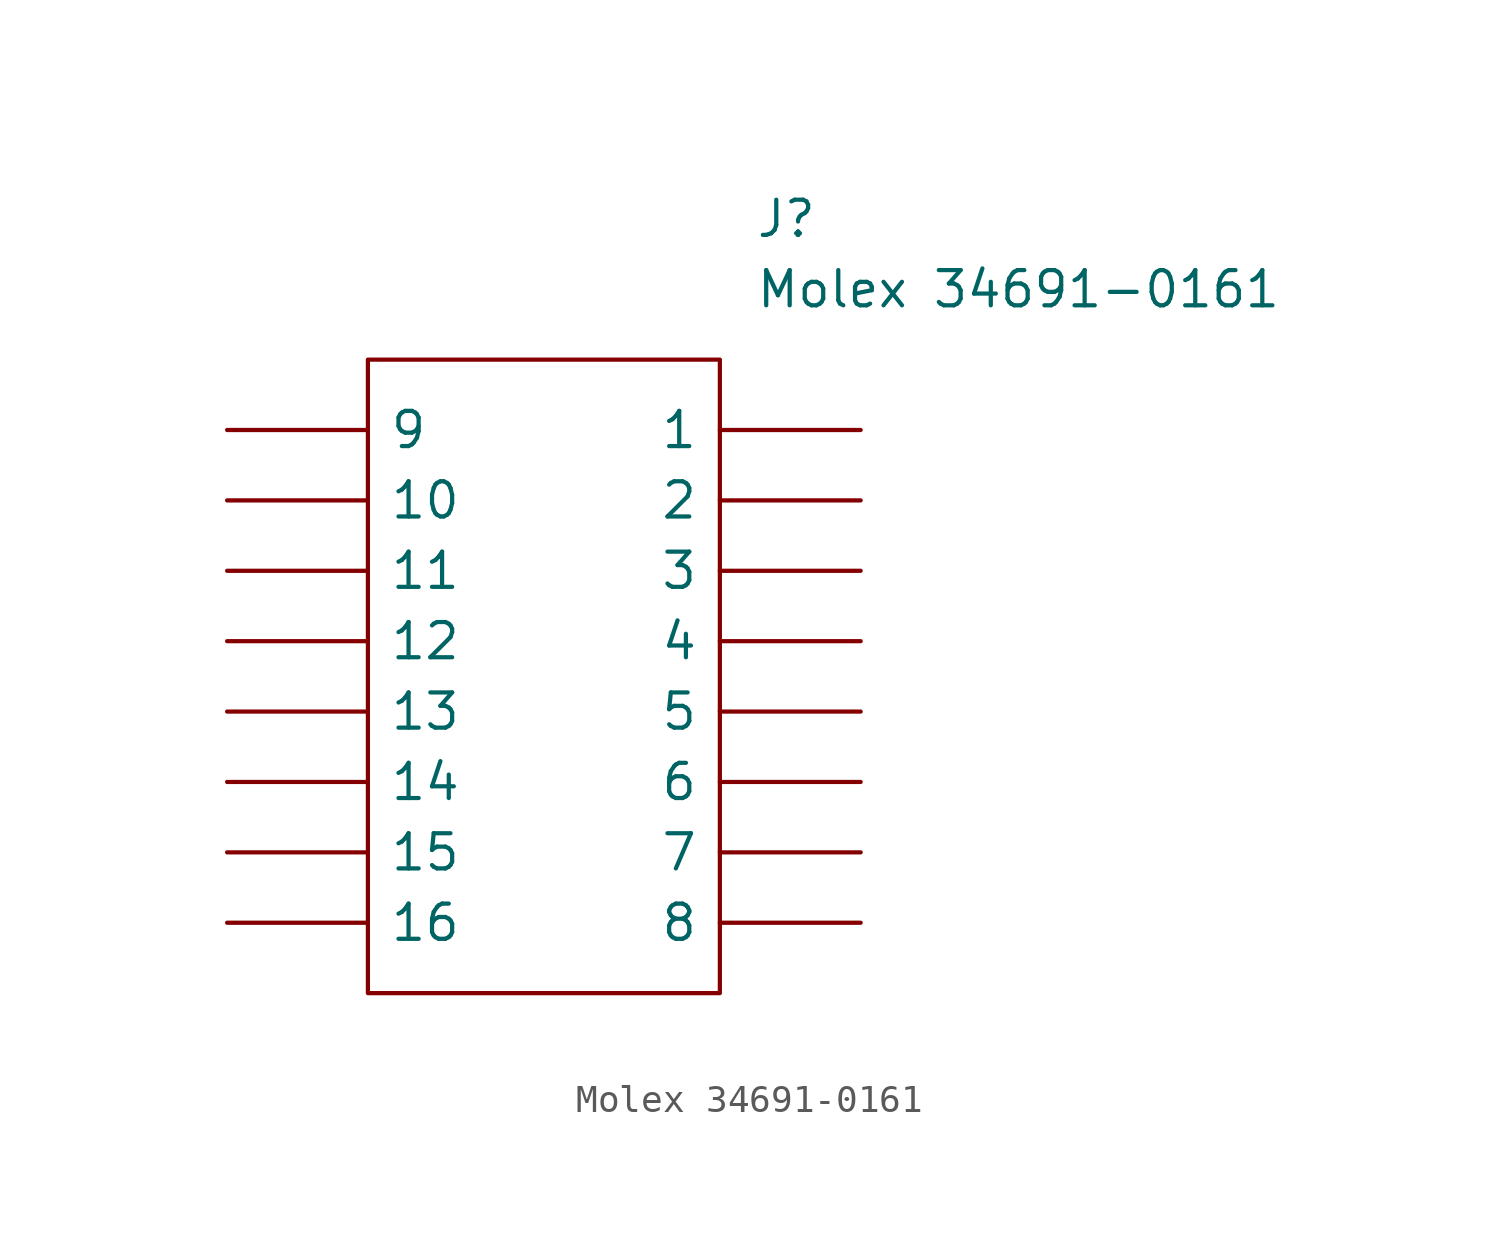
<source format=kicad_sym>
(kicad_symbol_lib
  (version 20211014)
  (generator kicad_symbol_editor)
  (symbol "Molex 34691-0161"
    (pin_numbers hide)
    (pin_names
      (offset 0.762))
    (property "Reference" "J"
      (at 19.05 7.62 0)
      (effects (font (size 1.27 1.27)) (justify left)))
    (property "Value" "Molex 34691-0161"
      (at 19.05 5.08 0)
      (effects (font (size 1.27 1.27)) (justify left)))
    (symbol "Molex 34691-0161_0_0"
      (pin passive line (at 22.86 0 180) (length 5.08) (name "1" (effects (font (size 1.27 1.27)))) (number "1" (effects (font (size 1.27 1.27)))))
      (pin passive line (at 0 -2.54 0) (length 5.08) (name "10" (effects (font (size 1.27 1.27)))) (number "10" (effects (font (size 1.27 1.27)))))
      (pin passive line (at 0 -5.08 0) (length 5.08) (name "11" (effects (font (size 1.27 1.27)))) (number "11" (effects (font (size 1.27 1.27)))))
      (pin passive line (at 0 -7.62 0) (length 5.08) (name "12" (effects (font (size 1.27 1.27)))) (number "12" (effects (font (size 1.27 1.27)))))
      (pin passive line (at 0 -10.16 0) (length 5.08) (name "13" (effects (font (size 1.27 1.27)))) (number "13" (effects (font (size 1.27 1.27)))))
      (pin passive line (at 0 -12.7 0) (length 5.08) (name "14" (effects (font (size 1.27 1.27)))) (number "14" (effects (font (size 1.27 1.27)))))
      (pin passive line (at 0 -15.24 0) (length 5.08) (name "15" (effects (font (size 1.27 1.27)))) (number "15" (effects (font (size 1.27 1.27)))))
      (pin passive line (at 0 -17.78 0) (length 5.08) (name "16" (effects (font (size 1.27 1.27)))) (number "16" (effects (font (size 1.27 1.27)))))
      (pin passive line (at 22.86 -2.54 180) (length 5.08) (name "2" (effects (font (size 1.27 1.27)))) (number "2" (effects (font (size 1.27 1.27)))))
      (pin passive line (at 22.86 -5.08 180) (length 5.08) (name "3" (effects (font (size 1.27 1.27)))) (number "3" (effects (font (size 1.27 1.27)))))
      (pin passive line (at 22.86 -7.62 180) (length 5.08) (name "4" (effects (font (size 1.27 1.27)))) (number "4" (effects (font (size 1.27 1.27)))))
      (pin passive line (at 22.86 -10.16 180) (length 5.08) (name "5" (effects (font (size 1.27 1.27)))) (number "5" (effects (font (size 1.27 1.27)))))
      (pin passive line (at 22.86 -12.7 180) (length 5.08) (name "6" (effects (font (size 1.27 1.27)))) (number "6" (effects (font (size 1.27 1.27)))))
      (pin passive line (at 22.86 -15.24 180) (length 5.08) (name "7" (effects (font (size 1.27 1.27)))) (number "7" (effects (font (size 1.27 1.27)))))
      (pin passive line (at 22.86 -17.78 180) (length 5.08) (name "8" (effects (font (size 1.27 1.27)))) (number "8" (effects (font (size 1.27 1.27)))))
      (pin passive line (at 0 0 0) (length 5.08) (name "9" (effects (font (size 1.27 1.27)))) (number "9" (effects (font (size 1.27 1.27))))))
    (symbol "Molex 34691-0161_0_1"
      (polyline (pts (xy 5.08 2.54) (xy 17.78 2.54) (xy 17.78 -20.32) (xy 5.08 -20.32) (xy 5.08 2.54)) (stroke (width 0.152) (type default) (color 0 0 0 0)) (fill (type none))))))
</source>
